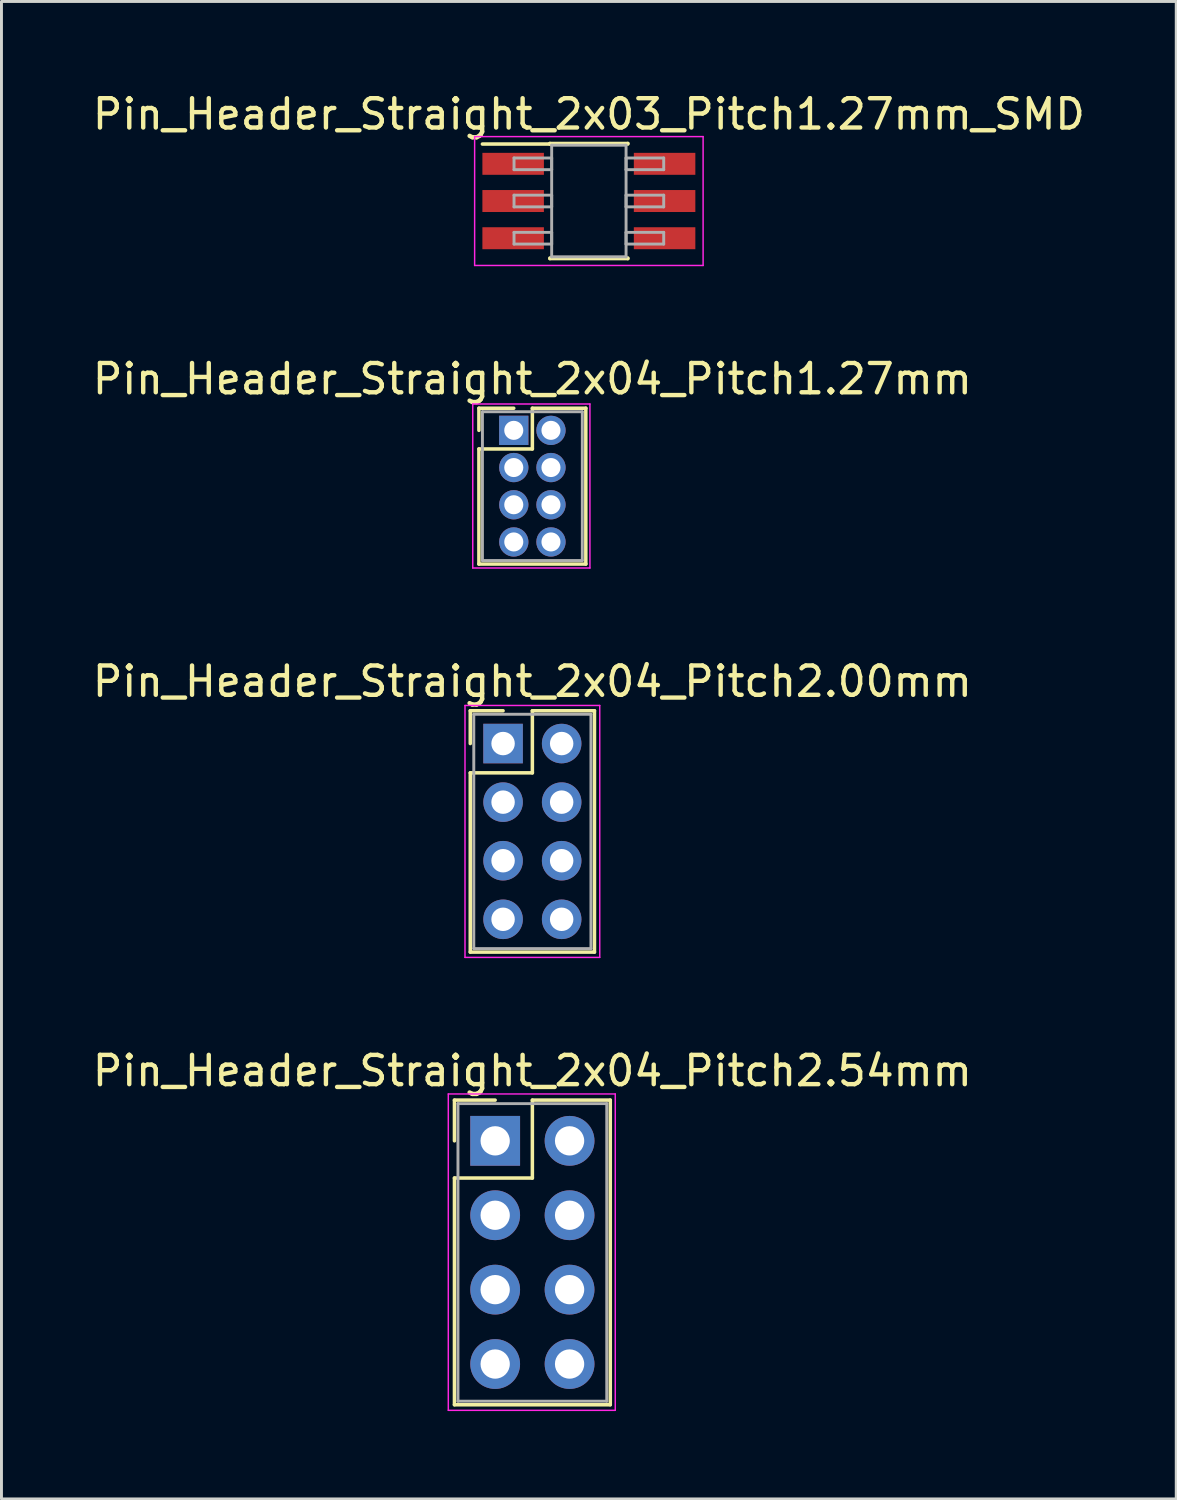
<source format=kicad_pcb>
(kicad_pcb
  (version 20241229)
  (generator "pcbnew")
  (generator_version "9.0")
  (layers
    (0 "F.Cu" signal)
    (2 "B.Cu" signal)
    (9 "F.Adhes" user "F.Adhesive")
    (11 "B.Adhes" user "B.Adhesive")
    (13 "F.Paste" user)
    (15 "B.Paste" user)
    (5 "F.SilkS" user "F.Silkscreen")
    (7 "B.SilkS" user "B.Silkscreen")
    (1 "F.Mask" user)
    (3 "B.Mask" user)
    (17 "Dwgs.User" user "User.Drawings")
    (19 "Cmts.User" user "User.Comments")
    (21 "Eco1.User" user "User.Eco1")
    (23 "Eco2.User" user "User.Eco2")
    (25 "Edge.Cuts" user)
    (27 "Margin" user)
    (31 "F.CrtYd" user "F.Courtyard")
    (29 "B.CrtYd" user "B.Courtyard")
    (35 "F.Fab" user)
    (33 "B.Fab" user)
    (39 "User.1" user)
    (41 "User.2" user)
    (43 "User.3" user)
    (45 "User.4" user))
  (footprint "Pin_Header_Straight_2x04_Pitch1.27mm"
    (layer "F.Cu")
    (at 14.49 11.642)
    (property "Reference" "Pin_Header_Straight_2x04_Pitch1.27mm" (at 0.635 -1.755 0) (layer "F.SilkS") (effects (font (size 1 1) (thickness 0.15))))
    (attr through_hole)
    (fp_line (start -1.19 -0.755) (end 0 -0.755) (stroke (width 0.12) (type solid)) (layer "F.SilkS"))
    (fp_line (start -1.19 0) (end -1.19 -0.755) (stroke (width 0.12) (type solid)) (layer "F.SilkS"))
    (fp_line (start -1.19 0.635) (end -1.19 4.565) (stroke (width 0.12) (type solid)) (layer "F.SilkS"))
    (fp_line (start -1.19 4.565) (end 2.46 4.565) (stroke (width 0.12) (type solid)) (layer "F.SilkS"))
    (fp_line (start 0.635 -0.755) (end 0.635 0.635) (stroke (width 0.12) (type solid)) (layer "F.SilkS"))
    (fp_line (start 0.635 0.635) (end -1.19 0.635) (stroke (width 0.12) (type solid)) (layer "F.SilkS"))
    (fp_line (start 2.46 -0.755) (end 0.635 -0.755) (stroke (width 0.12) (type solid)) (layer "F.SilkS"))
    (fp_line (start 2.46 4.565) (end 2.46 -0.755) (stroke (width 0.12) (type solid)) (layer "F.SilkS"))
    (fp_line (start -1.4 -0.9) (end -1.4 4.7) (stroke (width 0.05) (type solid)) (layer "F.CrtYd"))
    (fp_line (start -1.4 4.7) (end 2.6 4.7) (stroke (width 0.05) (type solid)) (layer "F.CrtYd"))
    (fp_line (start 2.6 -0.9) (end -1.4 -0.9) (stroke (width 0.05) (type solid)) (layer "F.CrtYd"))
    (fp_line (start 2.6 4.7) (end 2.6 -0.9) (stroke (width 0.05) (type solid)) (layer "F.CrtYd"))
    (fp_line (start -1.07 -0.635) (end -1.07 4.445) (stroke (width 0.1) (type solid)) (layer "F.Fab"))
    (fp_line (start -1.07 4.445) (end 2.34 4.445) (stroke (width 0.1) (type solid)) (layer "F.Fab"))
    (fp_line (start 2.34 -0.635) (end -1.07 -0.635) (stroke (width 0.1) (type solid)) (layer "F.Fab"))
    (fp_line (start 2.34 4.445) (end 2.34 -0.635) (stroke (width 0.1) (type solid)) (layer "F.Fab"))
    (pad "1" thru_hole rect (at 0 0) (size 1 1) (drill 0.65) (layers "*.Cu" "*.Mask"))
    (pad "2" thru_hole oval (at 1.27 0) (size 1 1) (drill 0.65) (layers "*.Cu" "*.Mask"))
    (pad "3" thru_hole oval (at 0 1.27) (size 1 1) (drill 0.65) (layers "*.Cu" "*.Mask"))
    (pad "4" thru_hole oval (at 1.27 1.27) (size 1 1) (drill 0.65) (layers "*.Cu" "*.Mask"))
    (pad "5" thru_hole oval (at 0 2.54) (size 1 1) (drill 0.65) (layers "*.Cu" "*.Mask"))
    (pad "6" thru_hole oval (at 1.27 2.54) (size 1 1) (drill 0.65) (layers "*.Cu" "*.Mask"))
    (pad "7" thru_hole oval (at 0 3.81) (size 1 1) (drill 0.65) (layers "*.Cu" "*.Mask"))
    (pad "8" thru_hole oval (at 1.27 3.81) (size 1 1) (drill 0.65) (layers "*.Cu" "*.Mask")))
  (footprint "Pin_Header_Straight_2x03_Pitch1.27mm_SMD"
    (layer "F.Cu")
    (at 17.054 3.813)
    (property "Reference" "Pin_Header_Straight_2x03_Pitch1.27mm_SMD" (at 0 -2.965 0) (layer "F.SilkS") (effects (font (size 1 1) (thickness 0.15))))
    (attr smd)
    (fp_line (start -3.635 -1.945) (end -1.33 -1.945) (stroke (width 0.12) (type solid)) (layer "F.SilkS"))
    (fp_line (start -1.33 -1.965) (end 1.33 -1.965) (stroke (width 0.12) (type solid)) (layer "F.SilkS"))
    (fp_line (start -1.33 -1.945) (end -1.33 -1.965) (stroke (width 0.12) (type solid)) (layer "F.SilkS"))
    (fp_line (start -1.33 1.945) (end -1.33 1.965) (stroke (width 0.12) (type solid)) (layer "F.SilkS"))
    (fp_line (start -1.33 1.965) (end 1.33 1.965) (stroke (width 0.12) (type solid)) (layer "F.SilkS"))
    (fp_line (start 1.33 -1.965) (end 1.33 -1.945) (stroke (width 0.12) (type solid)) (layer "F.SilkS"))
    (fp_line (start 1.33 1.965) (end 1.33 1.945) (stroke (width 0.12) (type solid)) (layer "F.SilkS"))
    (fp_line (start -3.9 -2.2) (end -3.9 2.2) (stroke (width 0.05) (type solid)) (layer "F.CrtYd"))
    (fp_line (start -3.9 2.2) (end 3.9 2.2) (stroke (width 0.05) (type solid)) (layer "F.CrtYd"))
    (fp_line (start 3.9 -2.2) (end -3.9 -2.2) (stroke (width 0.05) (type solid)) (layer "F.CrtYd"))
    (fp_line (start 3.9 2.2) (end 3.9 -2.2) (stroke (width 0.05) (type solid)) (layer "F.CrtYd"))
    (fp_line (start -2.555 -1.47) (end -1.27 -1.47) (stroke (width 0.1) (type solid)) (layer "F.Fab"))
    (fp_line (start -2.555 -1.07) (end -2.555 -1.47) (stroke (width 0.1) (type solid)) (layer "F.Fab"))
    (fp_line (start -2.555 -0.2) (end -1.27 -0.2) (stroke (width 0.1) (type solid)) (layer "F.Fab"))
    (fp_line (start -2.555 0.2) (end -2.555 -0.2) (stroke (width 0.1) (type solid)) (layer "F.Fab"))
    (fp_line (start -2.555 1.07) (end -1.27 1.07) (stroke (width 0.1) (type solid)) (layer "F.Fab"))
    (fp_line (start -2.555 1.47) (end -2.555 1.07) (stroke (width 0.1) (type solid)) (layer "F.Fab"))
    (fp_line (start -1.27 -1.905) (end -1.27 1.905) (stroke (width 0.1) (type solid)) (layer "F.Fab"))
    (fp_line (start -1.27 -1.47) (end -1.27 -1.07) (stroke (width 0.1) (type solid)) (layer "F.Fab"))
    (fp_line (start -1.27 -1.07) (end -2.555 -1.07) (stroke (width 0.1) (type solid)) (layer "F.Fab"))
    (fp_line (start -1.27 -0.2) (end -1.27 0.2) (stroke (width 0.1) (type solid)) (layer "F.Fab"))
    (fp_line (start -1.27 0.2) (end -2.555 0.2) (stroke (width 0.1) (type solid)) (layer "F.Fab"))
    (fp_line (start -1.27 1.07) (end -1.27 1.47) (stroke (width 0.1) (type solid)) (layer "F.Fab"))
    (fp_line (start -1.27 1.47) (end -2.555 1.47) (stroke (width 0.1) (type solid)) (layer "F.Fab"))
    (fp_line (start -1.27 1.905) (end 1.27 1.905) (stroke (width 0.1) (type solid)) (layer "F.Fab"))
    (fp_line (start 1.27 -1.905) (end -1.27 -1.905) (stroke (width 0.1) (type solid)) (layer "F.Fab"))
    (fp_line (start 1.27 -1.47) (end 1.27 -1.07) (stroke (width 0.1) (type solid)) (layer "F.Fab"))
    (fp_line (start 1.27 -1.07) (end 2.555 -1.07) (stroke (width 0.1) (type solid)) (layer "F.Fab"))
    (fp_line (start 1.27 -0.2) (end 1.27 0.2) (stroke (width 0.1) (type solid)) (layer "F.Fab"))
    (fp_line (start 1.27 0.2) (end 2.555 0.2) (stroke (width 0.1) (type solid)) (layer "F.Fab"))
    (fp_line (start 1.27 1.07) (end 1.27 1.47) (stroke (width 0.1) (type solid)) (layer "F.Fab"))
    (fp_line (start 1.27 1.47) (end 2.555 1.47) (stroke (width 0.1) (type solid)) (layer "F.Fab"))
    (fp_line (start 1.27 1.905) (end 1.27 -1.905) (stroke (width 0.1) (type solid)) (layer "F.Fab"))
    (fp_line (start 2.555 -1.47) (end 1.27 -1.47) (stroke (width 0.1) (type solid)) (layer "F.Fab"))
    (fp_line (start 2.555 -1.07) (end 2.555 -1.47) (stroke (width 0.1) (type solid)) (layer "F.Fab"))
    (fp_line (start 2.555 -0.2) (end 1.27 -0.2) (stroke (width 0.1) (type solid)) (layer "F.Fab"))
    (fp_line (start 2.555 0.2) (end 2.555 -0.2) (stroke (width 0.1) (type solid)) (layer "F.Fab"))
    (fp_line (start 2.555 1.07) (end 1.27 1.07) (stroke (width 0.1) (type solid)) (layer "F.Fab"))
    (fp_line (start 2.555 1.47) (end 2.555 1.07) (stroke (width 0.1) (type solid)) (layer "F.Fab"))
    (pad "1" smd rect (at -2.585 -1.27) (size 2.1 0.75) (layers "F.Cu" "F.Mask"))
    (pad "2" smd rect (at 2.585 -1.27) (size 2.1 0.75) (layers "F.Cu" "F.Mask"))
    (pad "3" smd rect (at -2.585 0) (size 2.1 0.75) (layers "F.Cu" "F.Mask"))
    (pad "4" smd rect (at 2.585 0) (size 2.1 0.75) (layers "F.Cu" "F.Mask"))
    (pad "5" smd rect (at -2.585 1.27) (size 2.1 0.75) (layers "F.Cu" "F.Mask"))
    (pad "6" smd rect (at 2.585 1.27) (size 2.1 0.75) (layers "F.Cu" "F.Mask")))
  (footprint "Pin_Header_Straight_2x04_Pitch2.54mm"
    (layer "F.Cu")
    (at 13.855 35.898)
    (property "Reference" "Pin_Header_Straight_2x04_Pitch2.54mm" (at 1.27 -2.39 0) (layer "F.SilkS") (effects (font (size 1 1) (thickness 0.15))))
    (attr through_hole)
    (fp_line (start -1.39 -1.39) (end 0 -1.39) (stroke (width 0.12) (type solid)) (layer "F.SilkS"))
    (fp_line (start -1.39 0) (end -1.39 -1.39) (stroke (width 0.12) (type solid)) (layer "F.SilkS"))
    (fp_line (start -1.39 1.27) (end -1.39 9.01) (stroke (width 0.12) (type solid)) (layer "F.SilkS"))
    (fp_line (start -1.39 9.01) (end 3.93 9.01) (stroke (width 0.12) (type solid)) (layer "F.SilkS"))
    (fp_line (start 1.27 -1.39) (end 1.27 1.27) (stroke (width 0.12) (type solid)) (layer "F.SilkS"))
    (fp_line (start 1.27 1.27) (end -1.39 1.27) (stroke (width 0.12) (type solid)) (layer "F.SilkS"))
    (fp_line (start 3.93 -1.39) (end 1.27 -1.39) (stroke (width 0.12) (type solid)) (layer "F.SilkS"))
    (fp_line (start 3.93 9.01) (end 3.93 -1.39) (stroke (width 0.12) (type solid)) (layer "F.SilkS"))
    (fp_line (start -1.6 -1.6) (end -1.6 9.2) (stroke (width 0.05) (type solid)) (layer "F.CrtYd"))
    (fp_line (start -1.6 9.2) (end 4.1 9.2) (stroke (width 0.05) (type solid)) (layer "F.CrtYd"))
    (fp_line (start 4.1 -1.6) (end -1.6 -1.6) (stroke (width 0.05) (type solid)) (layer "F.CrtYd"))
    (fp_line (start 4.1 9.2) (end 4.1 -1.6) (stroke (width 0.05) (type solid)) (layer "F.CrtYd"))
    (fp_line (start -1.27 -1.27) (end -1.27 8.89) (stroke (width 0.1) (type solid)) (layer "F.Fab"))
    (fp_line (start -1.27 8.89) (end 3.81 8.89) (stroke (width 0.1) (type solid)) (layer "F.Fab"))
    (fp_line (start 3.81 -1.27) (end -1.27 -1.27) (stroke (width 0.1) (type solid)) (layer "F.Fab"))
    (fp_line (start 3.81 8.89) (end 3.81 -1.27) (stroke (width 0.1) (type solid)) (layer "F.Fab"))
    (pad "1" thru_hole rect (at 0 0) (size 1.7 1.7) (drill 1) (layers "*.Cu" "*.Mask"))
    (pad "2" thru_hole oval (at 2.54 0) (size 1.7 1.7) (drill 1) (layers "*.Cu" "*.Mask"))
    (pad "3" thru_hole oval (at 0 2.54) (size 1.7 1.7) (drill 1) (layers "*.Cu" "*.Mask"))
    (pad "4" thru_hole oval (at 2.54 2.54) (size 1.7 1.7) (drill 1) (layers "*.Cu" "*.Mask"))
    (pad "5" thru_hole oval (at 0 5.08) (size 1.7 1.7) (drill 1) (layers "*.Cu" "*.Mask"))
    (pad "6" thru_hole oval (at 2.54 5.08) (size 1.7 1.7) (drill 1) (layers "*.Cu" "*.Mask"))
    (pad "7" thru_hole oval (at 0 7.62) (size 1.7 1.7) (drill 1) (layers "*.Cu" "*.Mask"))
    (pad "8" thru_hole oval (at 2.54 7.62) (size 1.7 1.7) (drill 1) (layers "*.Cu" "*.Mask")))
  (footprint "Pin_Header_Straight_2x04_Pitch2.00mm"
    (layer "F.Cu")
    (at 14.125 22.335)
    (property "Reference" "Pin_Header_Straight_2x04_Pitch2.00mm" (at 1 -2.12 0) (layer "F.SilkS") (effects (font (size 1 1) (thickness 0.15))))
    (attr through_hole)
    (fp_line (start -1.12 -1.12) (end 0 -1.12) (stroke (width 0.12) (type solid)) (layer "F.SilkS"))
    (fp_line (start -1.12 0) (end -1.12 -1.12) (stroke (width 0.12) (type solid)) (layer "F.SilkS"))
    (fp_line (start -1.12 1) (end -1.12 7.12) (stroke (width 0.12) (type solid)) (layer "F.SilkS"))
    (fp_line (start -1.12 7.12) (end 3.12 7.12) (stroke (width 0.12) (type solid)) (layer "F.SilkS"))
    (fp_line (start 1 -1.12) (end 1 1) (stroke (width 0.12) (type solid)) (layer "F.SilkS"))
    (fp_line (start 1 1) (end -1.12 1) (stroke (width 0.12) (type solid)) (layer "F.SilkS"))
    (fp_line (start 3.12 -1.12) (end 1 -1.12) (stroke (width 0.12) (type solid)) (layer "F.SilkS"))
    (fp_line (start 3.12 7.12) (end 3.12 -1.12) (stroke (width 0.12) (type solid)) (layer "F.SilkS"))
    (fp_line (start -1.3 -1.3) (end -1.3 7.3) (stroke (width 0.05) (type solid)) (layer "F.CrtYd"))
    (fp_line (start -1.3 7.3) (end 3.3 7.3) (stroke (width 0.05) (type solid)) (layer "F.CrtYd"))
    (fp_line (start 3.3 -1.3) (end -1.3 -1.3) (stroke (width 0.05) (type solid)) (layer "F.CrtYd"))
    (fp_line (start 3.3 7.3) (end 3.3 -1.3) (stroke (width 0.05) (type solid)) (layer "F.CrtYd"))
    (fp_line (start -1 -1) (end -1 7) (stroke (width 0.1) (type solid)) (layer "F.Fab"))
    (fp_line (start -1 7) (end 3 7) (stroke (width 0.1) (type solid)) (layer "F.Fab"))
    (fp_line (start 3 -1) (end -1 -1) (stroke (width 0.1) (type solid)) (layer "F.Fab"))
    (fp_line (start 3 7) (end 3 -1) (stroke (width 0.1) (type solid)) (layer "F.Fab"))
    (pad "1" thru_hole rect (at 0 0) (size 1.35 1.35) (drill 0.8) (layers "*.Cu" "*.Mask"))
    (pad "2" thru_hole oval (at 2 0) (size 1.35 1.35) (drill 0.8) (layers "*.Cu" "*.Mask"))
    (pad "3" thru_hole oval (at 0 2) (size 1.35 1.35) (drill 0.8) (layers "*.Cu" "*.Mask"))
    (pad "4" thru_hole oval (at 2 2) (size 1.35 1.35) (drill 0.8) (layers "*.Cu" "*.Mask"))
    (pad "5" thru_hole oval (at 0 4) (size 1.35 1.35) (drill 0.8) (layers "*.Cu" "*.Mask"))
    (pad "6" thru_hole oval (at 2 4) (size 1.35 1.35) (drill 0.8) (layers "*.Cu" "*.Mask"))
    (pad "7" thru_hole oval (at 0 6) (size 1.35 1.35) (drill 0.8) (layers "*.Cu" "*.Mask"))
    (pad "8" thru_hole oval (at 2 6) (size 1.35 1.35) (drill 0.8) (layers "*.Cu" "*.Mask")))
  (gr_rect
    (start -3 -3)
    (end 37.107 48.123)
    (stroke (width 0.1) (type default))
    (fill no)
    (layer "Edge.Cuts")))
</source>
